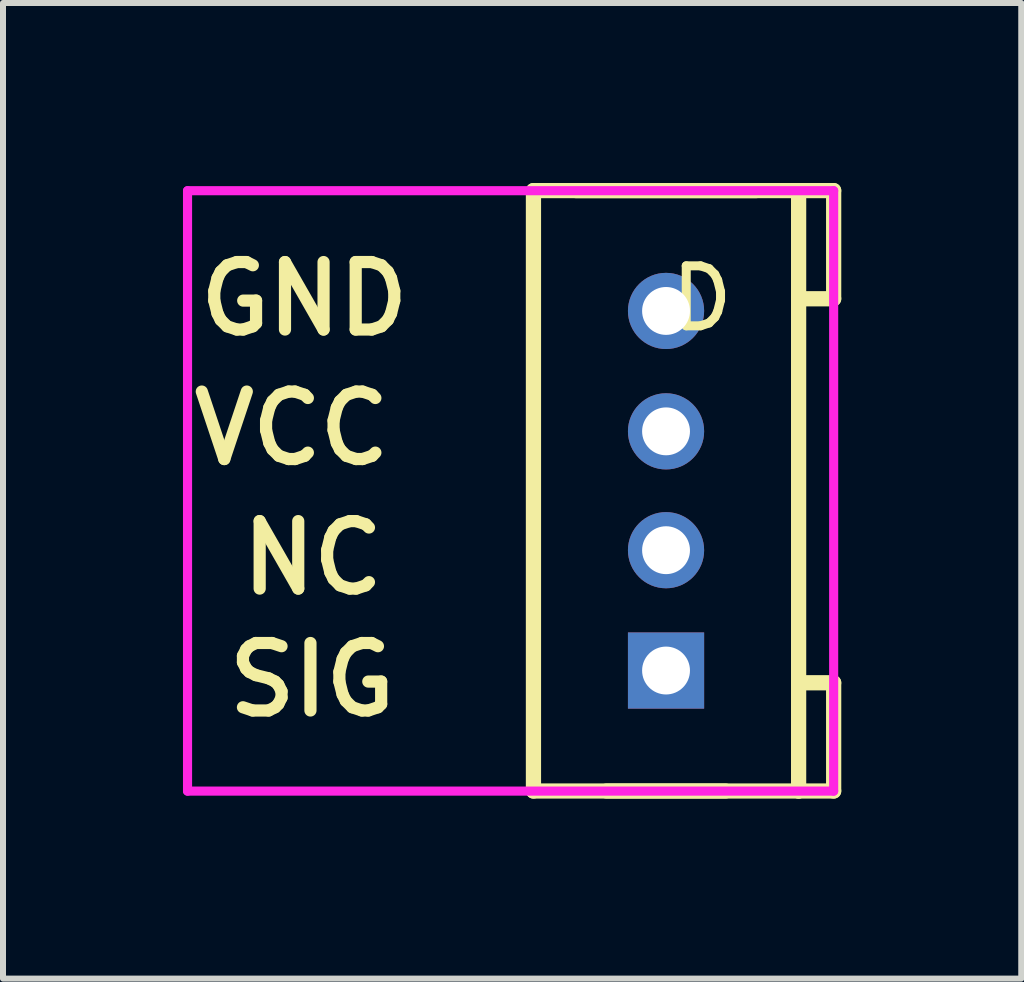
<source format=kicad_pcb>
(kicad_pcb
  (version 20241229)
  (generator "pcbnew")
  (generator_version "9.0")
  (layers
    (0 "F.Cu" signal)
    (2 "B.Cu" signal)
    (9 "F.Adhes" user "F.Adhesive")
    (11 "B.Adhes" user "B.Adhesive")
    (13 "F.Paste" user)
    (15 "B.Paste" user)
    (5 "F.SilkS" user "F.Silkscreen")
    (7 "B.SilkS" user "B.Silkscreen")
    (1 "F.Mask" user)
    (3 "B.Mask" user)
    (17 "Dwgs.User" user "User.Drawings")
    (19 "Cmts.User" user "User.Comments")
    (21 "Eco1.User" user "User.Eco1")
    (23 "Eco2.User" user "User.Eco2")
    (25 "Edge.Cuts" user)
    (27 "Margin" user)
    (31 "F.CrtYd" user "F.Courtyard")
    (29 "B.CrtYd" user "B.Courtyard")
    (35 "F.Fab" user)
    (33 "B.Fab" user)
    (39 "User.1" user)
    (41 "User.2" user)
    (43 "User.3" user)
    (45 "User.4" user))
  (footprint "D"
    (layer "F.Cu")
    (at 8.052 5.133)
    (property "Reference" "D" (at 0 -3.207 0) (layer "F.SilkS") (effects (font (size 1 1) (thickness 0.15)) (justify left)))
    (attr through_hole)
    (fp_line (start -2.21 -5.006) (end -2.21 5.002) (stroke (width 0.254) (type solid)) (layer "F.SilkS"))
    (fp_line (start -2.21 5.002) (end 2.21 5.002) (stroke (width 0.254) (type solid)) (layer "F.SilkS"))
    (fp_line (start -1.499 -5.006) (end 1.499 -5.006) (stroke (width 0.254) (type solid)) (layer "F.SilkS"))
    (fp_line (start -0.991 5.002) (end 0.991 5.002) (stroke (width 0.254) (type solid)) (layer "F.SilkS"))
    (fp_line (start 2.21 -5.006) (end -2.21 -5.006) (stroke (width 0.254) (type solid)) (layer "F.SilkS"))
    (fp_line (start 2.21 -5.006) (end 2.21 -3.203) (stroke (width 0.254) (type solid)) (layer "F.SilkS"))
    (fp_line (start 2.21 -3.203) (end 2.794 -3.203) (stroke (width 0.254) (type solid)) (layer "F.SilkS"))
    (fp_line (start 2.21 3.198) (end 2.21 -3.203) (stroke (width 0.254) (type solid)) (layer "F.SilkS"))
    (fp_line (start 2.21 3.198) (end 2.794 3.198) (stroke (width 0.254) (type solid)) (layer "F.SilkS"))
    (fp_line (start 2.21 5.002) (end 2.21 3.198) (stroke (width 0.254) (type solid)) (layer "F.SilkS"))
    (fp_line (start 2.794 -5.006) (end 2.21 -5.006) (stroke (width 0.254) (type solid)) (layer "F.SilkS"))
    (fp_line (start 2.794 -3.203) (end 2.794 -5.006) (stroke (width 0.254) (type solid)) (layer "F.SilkS"))
    (fp_line (start 2.794 3.198) (end 2.794 5.002) (stroke (width 0.254) (type solid)) (layer "F.SilkS"))
    (fp_line (start 2.794 5.002) (end 2.21 5.002) (stroke (width 0.254) (type solid)) (layer "F.SilkS"))
    (fp_line (start -7.976 -5.004) (end 2.794 -5.004) (stroke (width 0.152) (type solid)) (layer "F.CrtYd"))
    (fp_line (start -7.976 5.004) (end -7.976 -5.004) (stroke (width 0.152) (type solid)) (layer "F.CrtYd"))
    (fp_line (start 2.794 -5.004) (end 2.794 5.004) (stroke (width 0.152) (type solid)) (layer "F.CrtYd"))
    (fp_line (start 2.794 5.004) (end -7.976 5.004) (stroke (width 0.152) (type solid)) (layer "F.CrtYd"))
    (fp_text user "GND" (at -7.878 -3.2 0) (layer "F.SilkS") (effects (font (size 1.125 1.125) (thickness 0.203)) (justify left)))
    (fp_text user "NC" (at -7.175 1.118 0) (layer "F.SilkS") (effects (font (size 1.125 1.125) (thickness 0.203)) (justify left)))
    (fp_text user "SIG" (at -7.4 3.15 0) (layer "F.SilkS") (effects (font (size 1.125 1.125) (thickness 0.203)) (justify left)))
    (fp_text user "VCC" (at -7.979 -1.041 0) (layer "F.SilkS") (effects (font (size 1.125 1.125) (thickness 0.203)) (justify left)))
    (pad "1" thru_hole rect (at 0 2.994 90) (size 1.27 1.27) (drill 0.798) (layers "*.Cu" "*.Mask"))
    (pad "2" thru_hole circle (at 0 0.988 90) (size 1.27 1.27) (drill 0.798) (layers "*.Cu" "*.Mask"))
    (pad "3" thru_hole circle (at 0 -0.993 90) (size 1.27 1.27) (drill 0.798) (layers "*.Cu" "*.Mask"))
    (pad "4" thru_hole circle (at 0 -3 90) (size 1.27 1.27) (drill 0.798) (layers "*.Cu" "*.Mask")))
  (gr_rect
    (start -3 -3)
    (end 13.973 13.262)
    (stroke (width 0.1) (type default))
    (fill no)
    (layer "Edge.Cuts")))
</source>
